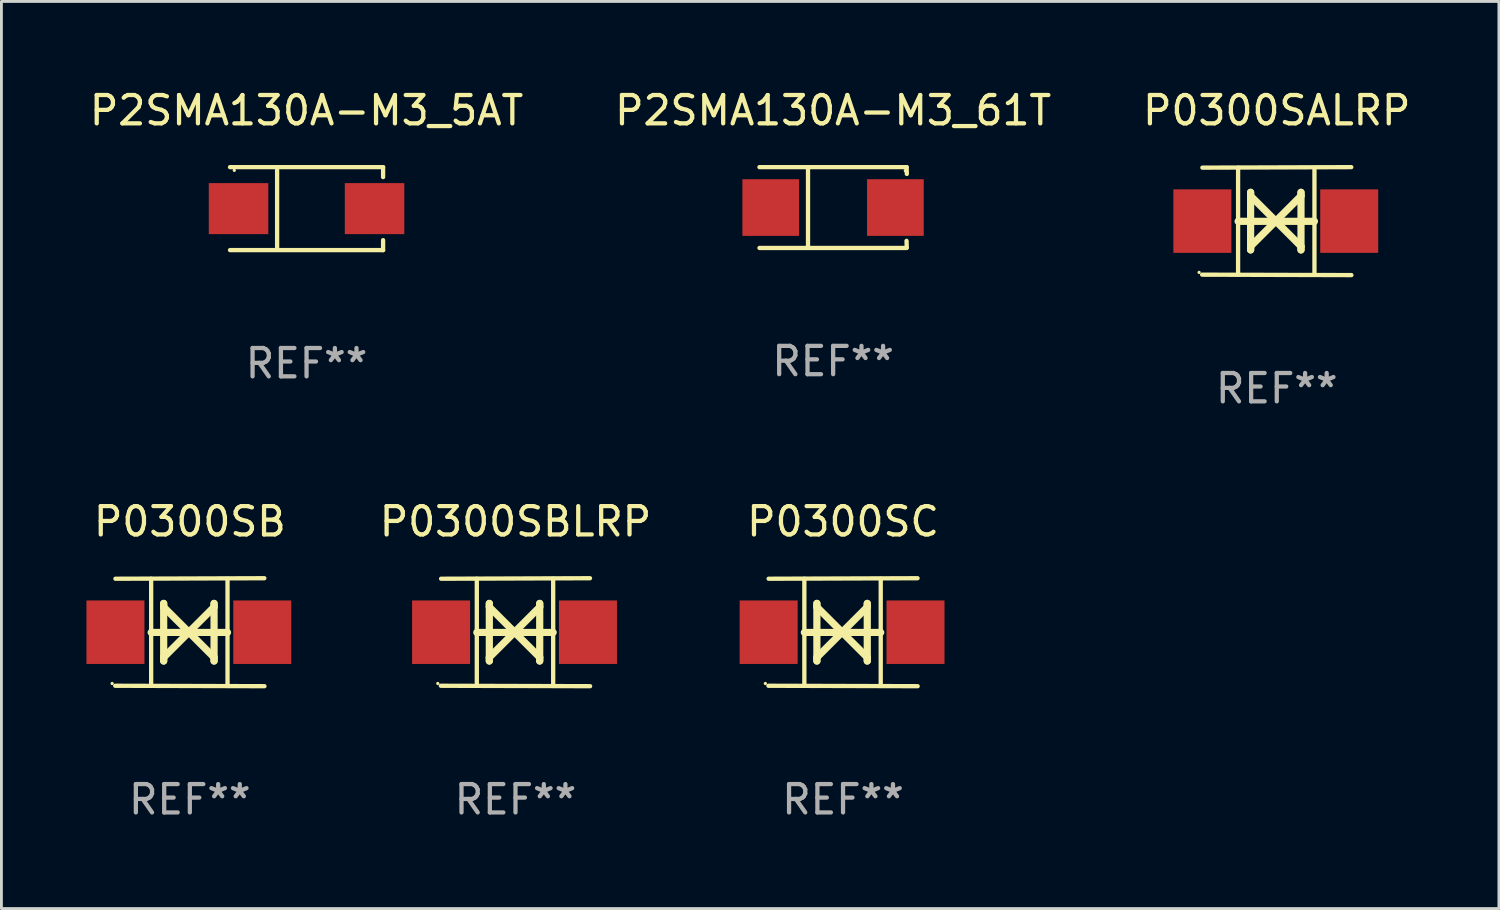
<source format=kicad_pcb>
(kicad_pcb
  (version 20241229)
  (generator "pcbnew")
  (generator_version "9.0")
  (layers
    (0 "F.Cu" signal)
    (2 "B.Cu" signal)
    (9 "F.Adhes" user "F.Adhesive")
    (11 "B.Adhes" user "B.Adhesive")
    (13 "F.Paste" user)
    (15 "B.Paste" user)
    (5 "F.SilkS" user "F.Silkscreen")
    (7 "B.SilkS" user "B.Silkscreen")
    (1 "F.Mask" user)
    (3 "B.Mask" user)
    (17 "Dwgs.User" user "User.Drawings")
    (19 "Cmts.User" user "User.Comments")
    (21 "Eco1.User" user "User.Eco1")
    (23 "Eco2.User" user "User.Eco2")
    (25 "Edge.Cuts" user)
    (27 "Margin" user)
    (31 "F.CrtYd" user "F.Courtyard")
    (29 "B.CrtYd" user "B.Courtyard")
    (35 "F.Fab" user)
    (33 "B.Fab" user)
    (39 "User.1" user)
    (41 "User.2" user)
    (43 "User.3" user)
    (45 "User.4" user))
  (footprint "P2SMA130A-M3_5AT"
    (layer "F.Cu")
    (at 7.768 4.312)
    (property "Reference" "P2SMA130A-M3_5AT" (at 0 -3.464 0) (layer "F.SilkS") (effects (font (size 1 1) (thickness 0.15))))
    (attr through_hole)
    (fp_line (start -2.701 -1.464) (end 2.701 -1.464) (stroke (width 0.152) (type solid)) (layer "F.SilkS"))
    (fp_line (start -2.701 1.464) (end 2.701 1.464) (stroke (width 0.152) (type solid)) (layer "F.SilkS"))
    (fp_line (start -1.039 -1.364) (end -1.039 1.364) (stroke (width 0.152) (type solid)) (layer "F.SilkS"))
    (fp_line (start 2.701 -1.464) (end 2.701 -1.113) (stroke (width 0.152) (type solid)) (layer "F.SilkS"))
    (fp_line (start 2.701 1.464) (end 2.701 1.113) (stroke (width 0.152) (type solid)) (layer "F.SilkS"))
    (fp_circle (center -2.55 -1.35) (end -2.52 -1.35) (stroke (width 0.06) (type solid)) (fill no) (layer "F.SilkS"))
    (fp_text user "REF**" (at 0 5.464 0) (layer "F.Fab") (effects (font (size 1 1) (thickness 0.15))))
    (pad "1" smd rect (at -2.4 0) (size 2.1 1.8) (layers "F.Cu" "F.Mask" "F.Paste"))
    (pad "2" smd rect (at 2.4 0) (size 2.1 1.8) (layers "F.Cu" "F.Mask" "F.Paste")))
  (footprint "P2SMA130A-M3_61T"
    (layer "F.Cu")
    (at 26.351 4.274)
    (property "Reference" "P2SMA130A-M3_61T" (at 0 -3.426 0) (layer "F.SilkS") (effects (font (size 1 1) (thickness 0.15))))
    (attr through_hole)
    (fp_line (start -2.6 -1.426) (end 2.593 -1.426) (stroke (width 0.152) (type solid)) (layer "F.SilkS"))
    (fp_line (start -2.6 1.426) (end 2.593 1.426) (stroke (width 0.152) (type solid)) (layer "F.SilkS"))
    (fp_line (start -0.887 -1.426) (end -0.887 1.426) (stroke (width 0.152) (type solid)) (layer "F.SilkS"))
    (fp_line (start 2.59 1.176) (end 2.597 1.415) (stroke (width 0.152) (type solid)) (layer "F.SilkS"))
    (fp_line (start 2.593 -1.426) (end 2.6 -1.187) (stroke (width 0.152) (type solid)) (layer "F.SilkS"))
    (fp_circle (center 2.547 -1.3) (end 2.577 -1.3) (stroke (width 0.06) (type solid)) (fill no) (layer "F.SilkS"))
    (fp_text user "REF**" (at 0 5.426 0) (layer "F.Fab") (effects (font (size 1 1) (thickness 0.15))))
    (pad "1" smd rect (at 2.197 -0.000025 180) (size 2 2) (layers "F.Cu" "F.Mask" "F.Paste"))
    (pad "2" smd rect (at -2.203 -0.000025 180) (size 2 2) (layers "F.Cu" "F.Mask" "F.Paste")))
  (footprint "P0300SALRP"
    (layer "F.Cu")
    (at 42.006 4.753)
    (property "Reference" "P0300SALRP" (at 0 -3.905 0) (layer "F.SilkS") (effects (font (size 1 1) (thickness 0.15))))
    (attr through_hole)
    (fp_line (start -1.365 1.886) (end -1.365 -1.886) (stroke (width 0.152) (type solid)) (layer "F.SilkS"))
    (fp_line (start -1.365 0.008) (end 1.33 0.008) (stroke (width 0.254) (type solid)) (layer "F.SilkS"))
    (fp_line (start -0.923 -1.016) (end -0.923 1.016) (stroke (width 0.254) (type solid)) (layer "F.SilkS"))
    (fp_line (start -0.923 -0.889) (end -0.923 -1.016) (stroke (width 0.254) (type solid)) (layer "F.SilkS"))
    (fp_line (start -0.923 0.889) (end -0.034 0) (stroke (width 0.254) (type solid)) (layer "F.SilkS"))
    (fp_line (start -0.923 1.016) (end -0.923 0.889) (stroke (width 0.254) (type solid)) (layer "F.SilkS"))
    (fp_line (start -0.034 0) (end -0.923 -0.889) (stroke (width 0.254) (type solid)) (layer "F.SilkS"))
    (fp_line (start -0.034 0) (end 0.855 0.889) (stroke (width 0.254) (type solid)) (layer "F.SilkS"))
    (fp_line (start 0.855 -1.016) (end 0.855 -0.889) (stroke (width 0.254) (type solid)) (layer "F.SilkS"))
    (fp_line (start 0.855 -0.889) (end -0.034 0) (stroke (width 0.254) (type solid)) (layer "F.SilkS"))
    (fp_line (start 0.855 0.889) (end 0.855 1.016) (stroke (width 0.254) (type solid)) (layer "F.SilkS"))
    (fp_line (start 0.855 1.016) (end 0.855 -1.016) (stroke (width 0.254) (type solid)) (layer "F.SilkS"))
    (fp_line (start 1.33 1.886) (end 1.33 -1.886) (stroke (width 0.152) (type solid)) (layer "F.SilkS"))
    (fp_line (start 2.629 -1.905) (end -2.625 -1.887) (stroke (width 0.152) (type solid)) (layer "F.SilkS"))
    (fp_line (start 2.633 1.905) (end -2.633 1.89) (stroke (width 0.152) (type solid)) (layer "F.SilkS"))
    (fp_circle (center -2.741 1.81) (end -2.711 1.81) (stroke (width 0.06) (type solid)) (fill no) (layer "F.SilkS"))
    (fp_text user "REF**" (at 0 5.905 0) (layer "F.Fab") (effects (font (size 1 1) (thickness 0.15))))
    (pad "1" smd rect (at -2.625 0) (size 2.047 2.241) (layers "F.Cu" "F.Mask" "F.Paste"))
    (pad "2" smd rect (at 2.557 0) (size 2.047 2.241) (layers "F.Cu" "F.Mask" "F.Paste")))
  (footprint "P0300SBLRP"
    (layer "F.Cu")
    (at 15.141 19.26)
    (property "Reference" "P0300SBLRP" (at 0 -3.905 0) (layer "F.SilkS") (effects (font (size 1 1) (thickness 0.15))))
    (attr through_hole)
    (fp_line (start -1.365 1.886) (end -1.365 -1.886) (stroke (width 0.152) (type solid)) (layer "F.SilkS"))
    (fp_line (start -1.365 0.008) (end 1.33 0.008) (stroke (width 0.254) (type solid)) (layer "F.SilkS"))
    (fp_line (start -0.923 -1.016) (end -0.923 1.016) (stroke (width 0.254) (type solid)) (layer "F.SilkS"))
    (fp_line (start -0.923 -0.889) (end -0.923 -1.016) (stroke (width 0.254) (type solid)) (layer "F.SilkS"))
    (fp_line (start -0.923 0.889) (end -0.034 0) (stroke (width 0.254) (type solid)) (layer "F.SilkS"))
    (fp_line (start -0.923 1.016) (end -0.923 0.889) (stroke (width 0.254) (type solid)) (layer "F.SilkS"))
    (fp_line (start -0.034 0) (end -0.923 -0.889) (stroke (width 0.254) (type solid)) (layer "F.SilkS"))
    (fp_line (start -0.034 0) (end 0.855 0.889) (stroke (width 0.254) (type solid)) (layer "F.SilkS"))
    (fp_line (start 0.855 -1.016) (end 0.855 -0.889) (stroke (width 0.254) (type solid)) (layer "F.SilkS"))
    (fp_line (start 0.855 -0.889) (end -0.034 0) (stroke (width 0.254) (type solid)) (layer "F.SilkS"))
    (fp_line (start 0.855 0.889) (end 0.855 1.016) (stroke (width 0.254) (type solid)) (layer "F.SilkS"))
    (fp_line (start 0.855 1.016) (end 0.855 -1.016) (stroke (width 0.254) (type solid)) (layer "F.SilkS"))
    (fp_line (start 1.33 1.886) (end 1.33 -1.886) (stroke (width 0.152) (type solid)) (layer "F.SilkS"))
    (fp_line (start 2.629 -1.905) (end -2.625 -1.887) (stroke (width 0.152) (type solid)) (layer "F.SilkS"))
    (fp_line (start 2.633 1.905) (end -2.633 1.89) (stroke (width 0.152) (type solid)) (layer "F.SilkS"))
    (fp_circle (center -2.741 1.81) (end -2.711 1.81) (stroke (width 0.06) (type solid)) (fill no) (layer "F.SilkS"))
    (fp_text user "REF**" (at 0 5.905 0) (layer "F.Fab") (effects (font (size 1 1) (thickness 0.15))))
    (pad "1" smd rect (at -2.625 0) (size 2.047 2.241) (layers "F.Cu" "F.Mask" "F.Paste"))
    (pad "2" smd rect (at 2.557 0) (size 2.047 2.241) (layers "F.Cu" "F.Mask" "F.Paste")))
  (footprint "P0300SC"
    (layer "F.Cu")
    (at 26.7 19.26)
    (property "Reference" "P0300SC" (at 0 -3.905 0) (layer "F.SilkS") (effects (font (size 1 1) (thickness 0.15))))
    (attr through_hole)
    (fp_line (start -1.365 1.886) (end -1.365 -1.886) (stroke (width 0.152) (type solid)) (layer "F.SilkS"))
    (fp_line (start -1.365 0.008) (end 1.33 0.008) (stroke (width 0.254) (type solid)) (layer "F.SilkS"))
    (fp_line (start -0.923 -1.016) (end -0.923 1.016) (stroke (width 0.254) (type solid)) (layer "F.SilkS"))
    (fp_line (start -0.923 -0.889) (end -0.923 -1.016) (stroke (width 0.254) (type solid)) (layer "F.SilkS"))
    (fp_line (start -0.923 0.889) (end -0.034 0) (stroke (width 0.254) (type solid)) (layer "F.SilkS"))
    (fp_line (start -0.923 1.016) (end -0.923 0.889) (stroke (width 0.254) (type solid)) (layer "F.SilkS"))
    (fp_line (start -0.034 0) (end -0.923 -0.889) (stroke (width 0.254) (type solid)) (layer "F.SilkS"))
    (fp_line (start -0.034 0) (end 0.855 0.889) (stroke (width 0.254) (type solid)) (layer "F.SilkS"))
    (fp_line (start 0.855 -1.016) (end 0.855 -0.889) (stroke (width 0.254) (type solid)) (layer "F.SilkS"))
    (fp_line (start 0.855 -0.889) (end -0.034 0) (stroke (width 0.254) (type solid)) (layer "F.SilkS"))
    (fp_line (start 0.855 0.889) (end 0.855 1.016) (stroke (width 0.254) (type solid)) (layer "F.SilkS"))
    (fp_line (start 0.855 1.016) (end 0.855 -1.016) (stroke (width 0.254) (type solid)) (layer "F.SilkS"))
    (fp_line (start 1.33 1.886) (end 1.33 -1.886) (stroke (width 0.152) (type solid)) (layer "F.SilkS"))
    (fp_line (start 2.629 -1.905) (end -2.625 -1.887) (stroke (width 0.152) (type solid)) (layer "F.SilkS"))
    (fp_line (start 2.633 1.905) (end -2.633 1.89) (stroke (width 0.152) (type solid)) (layer "F.SilkS"))
    (fp_circle (center -2.741 1.81) (end -2.711 1.81) (stroke (width 0.06) (type solid)) (fill no) (layer "F.SilkS"))
    (fp_text user "REF**" (at 0 5.905 0) (layer "F.Fab") (effects (font (size 1 1) (thickness 0.15))))
    (pad "1" smd rect (at -2.625 0) (size 2.047 2.241) (layers "F.Cu" "F.Mask" "F.Paste"))
    (pad "2" smd rect (at 2.557 0) (size 2.047 2.241) (layers "F.Cu" "F.Mask" "F.Paste")))
  (footprint "P0300SB"
    (layer "F.Cu")
    (at 3.649 19.26)
    (property "Reference" "P0300SB" (at 0 -3.905 0) (layer "F.SilkS") (effects (font (size 1 1) (thickness 0.15))))
    (attr through_hole)
    (fp_line (start -1.365 1.886) (end -1.365 -1.886) (stroke (width 0.152) (type solid)) (layer "F.SilkS"))
    (fp_line (start -1.365 0.008) (end 1.33 0.008) (stroke (width 0.254) (type solid)) (layer "F.SilkS"))
    (fp_line (start -0.923 -1.016) (end -0.923 1.016) (stroke (width 0.254) (type solid)) (layer "F.SilkS"))
    (fp_line (start -0.923 -0.889) (end -0.923 -1.016) (stroke (width 0.254) (type solid)) (layer "F.SilkS"))
    (fp_line (start -0.923 0.889) (end -0.034 0) (stroke (width 0.254) (type solid)) (layer "F.SilkS"))
    (fp_line (start -0.923 1.016) (end -0.923 0.889) (stroke (width 0.254) (type solid)) (layer "F.SilkS"))
    (fp_line (start -0.034 0) (end -0.923 -0.889) (stroke (width 0.254) (type solid)) (layer "F.SilkS"))
    (fp_line (start -0.034 0) (end 0.855 0.889) (stroke (width 0.254) (type solid)) (layer "F.SilkS"))
    (fp_line (start 0.855 -1.016) (end 0.855 -0.889) (stroke (width 0.254) (type solid)) (layer "F.SilkS"))
    (fp_line (start 0.855 -0.889) (end -0.034 0) (stroke (width 0.254) (type solid)) (layer "F.SilkS"))
    (fp_line (start 0.855 0.889) (end 0.855 1.016) (stroke (width 0.254) (type solid)) (layer "F.SilkS"))
    (fp_line (start 0.855 1.016) (end 0.855 -1.016) (stroke (width 0.254) (type solid)) (layer "F.SilkS"))
    (fp_line (start 1.33 1.886) (end 1.33 -1.886) (stroke (width 0.152) (type solid)) (layer "F.SilkS"))
    (fp_line (start 2.629 -1.905) (end -2.625 -1.887) (stroke (width 0.152) (type solid)) (layer "F.SilkS"))
    (fp_line (start 2.633 1.905) (end -2.633 1.89) (stroke (width 0.152) (type solid)) (layer "F.SilkS"))
    (fp_circle (center -2.741 1.81) (end -2.711 1.81) (stroke (width 0.06) (type solid)) (fill no) (layer "F.SilkS"))
    (fp_text user "REF**" (at 0 5.905 0) (layer "F.Fab") (effects (font (size 1 1) (thickness 0.15))))
    (pad "1" smd rect (at -2.625 0) (size 2.047 2.241) (layers "F.Cu" "F.Mask" "F.Paste"))
    (pad "2" smd rect (at 2.557 0) (size 2.047 2.241) (layers "F.Cu" "F.Mask" "F.Paste")))
  (gr_rect
    (start -3 -3)
    (end 49.845 29.013)
    (stroke (width 0.1) (type default))
    (fill no)
    (layer "Edge.Cuts")))
</source>
